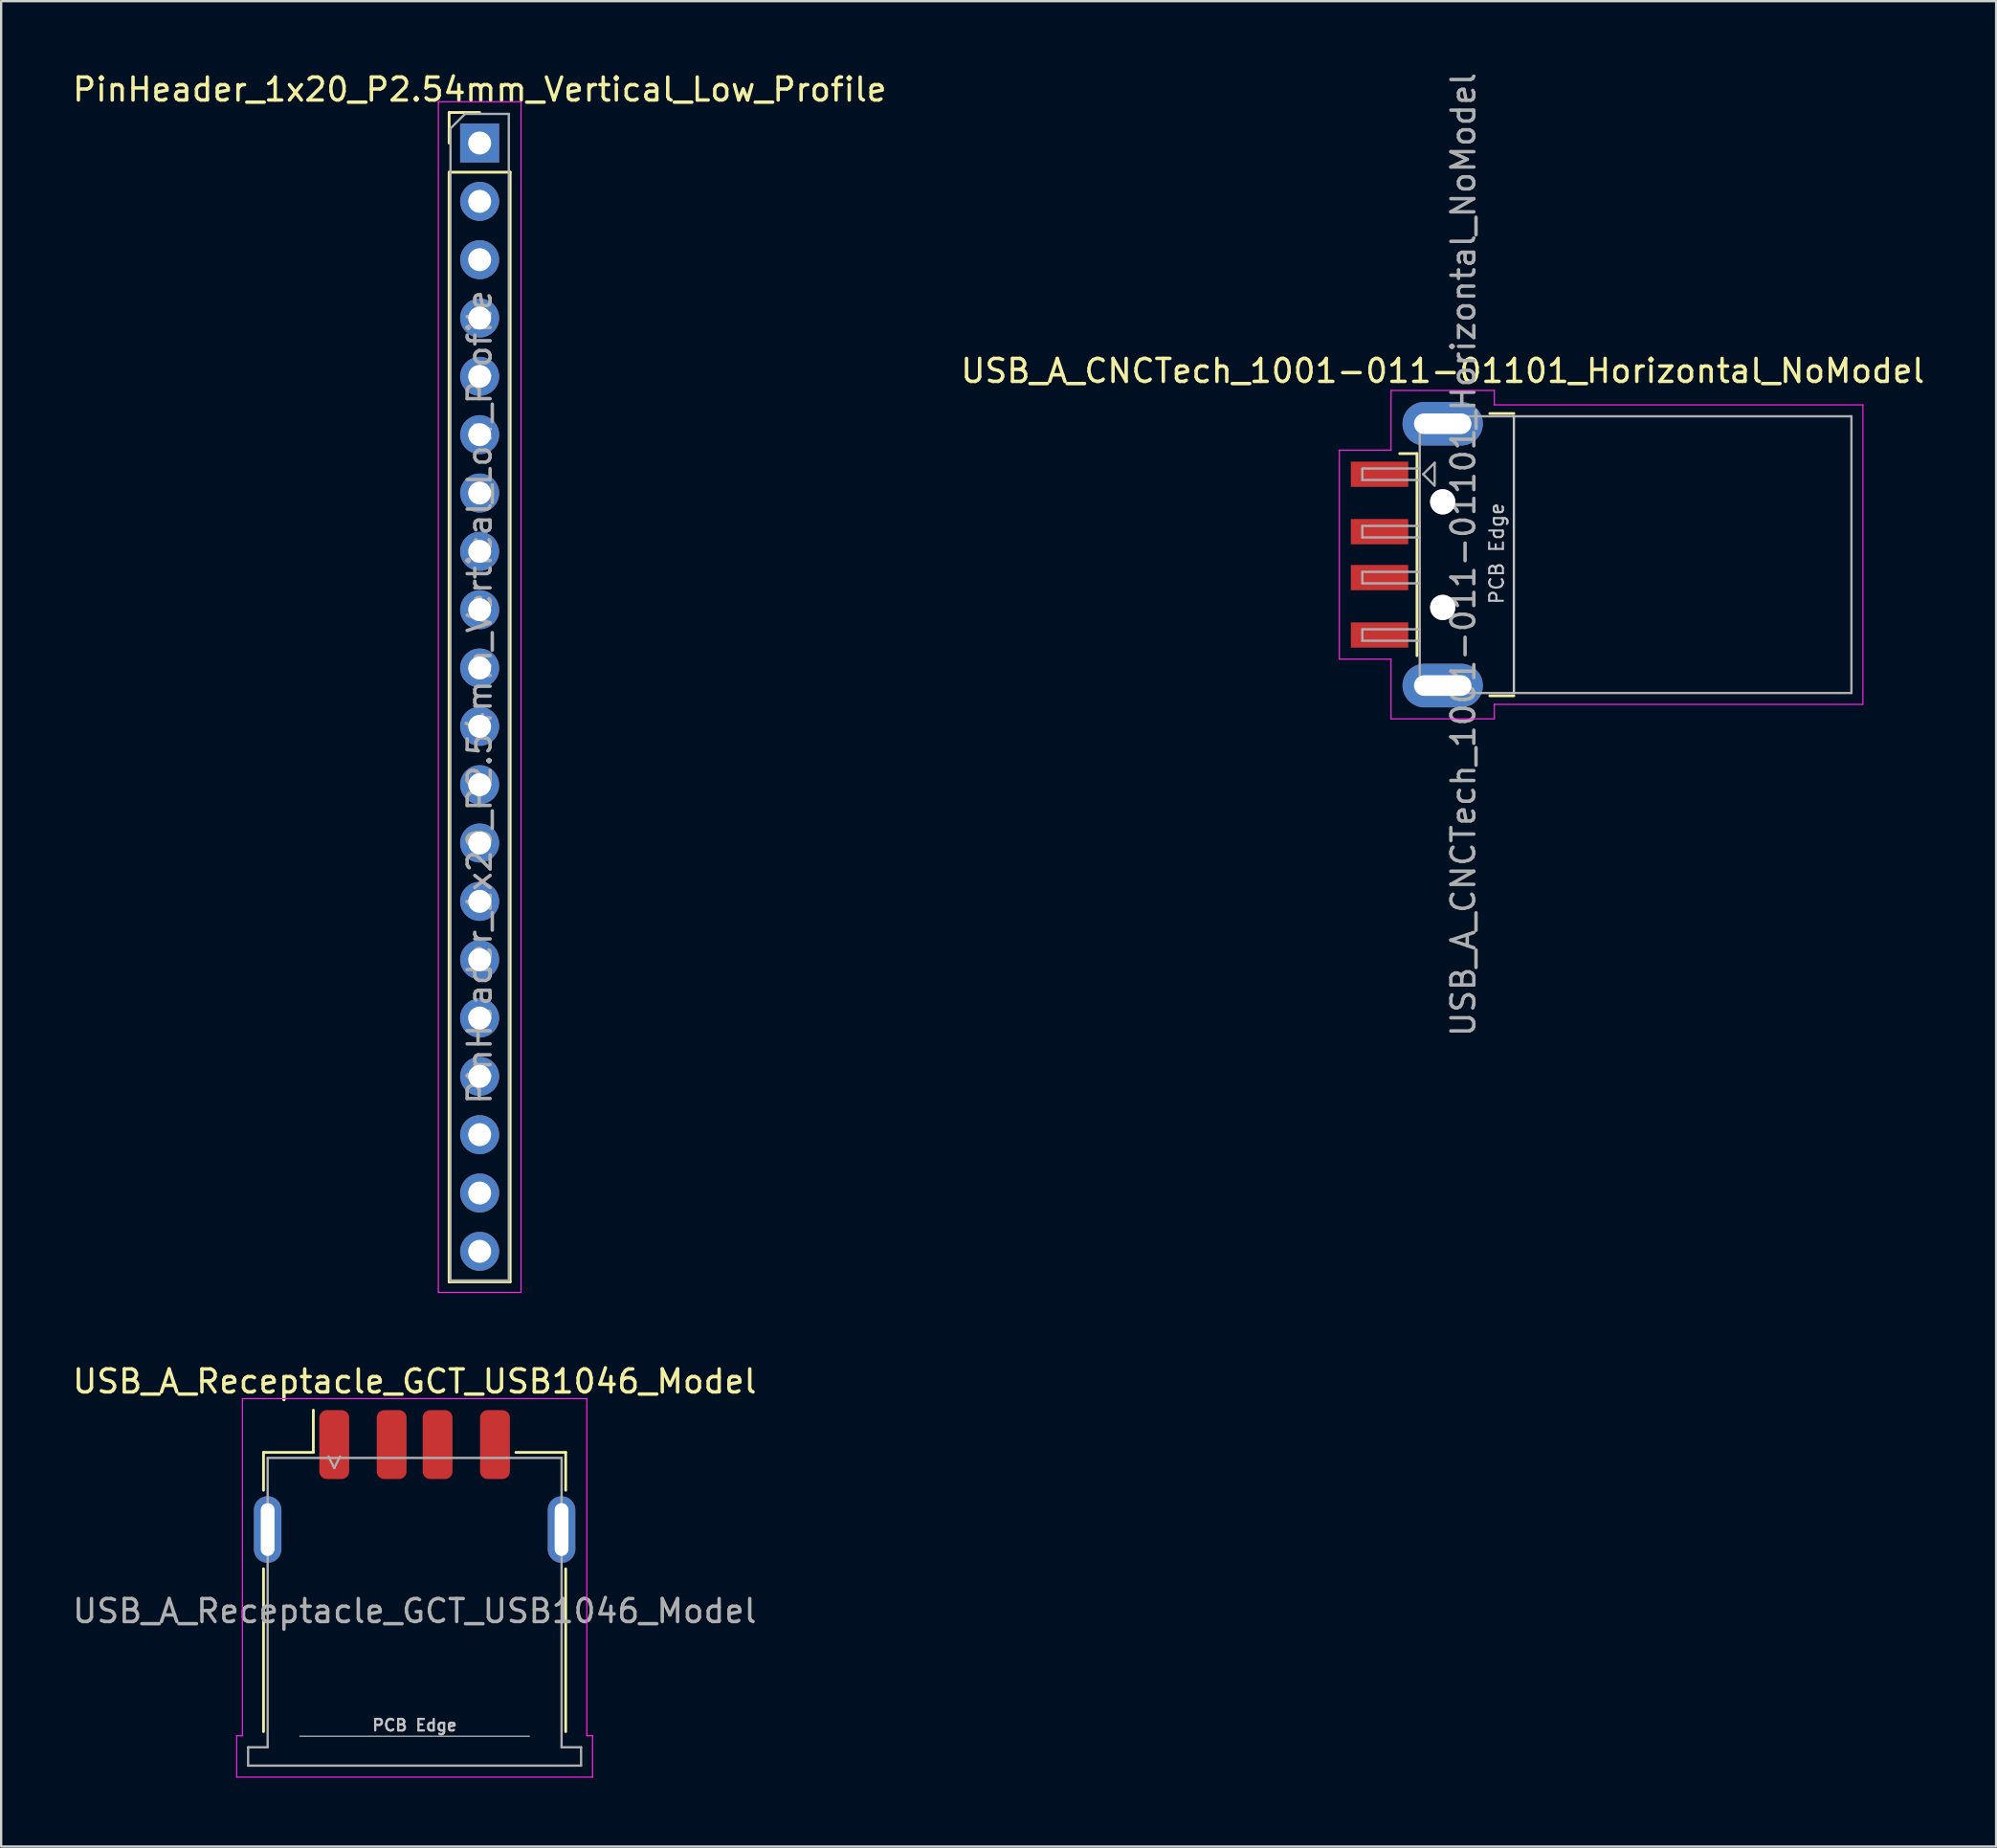
<source format=kicad_pcb>
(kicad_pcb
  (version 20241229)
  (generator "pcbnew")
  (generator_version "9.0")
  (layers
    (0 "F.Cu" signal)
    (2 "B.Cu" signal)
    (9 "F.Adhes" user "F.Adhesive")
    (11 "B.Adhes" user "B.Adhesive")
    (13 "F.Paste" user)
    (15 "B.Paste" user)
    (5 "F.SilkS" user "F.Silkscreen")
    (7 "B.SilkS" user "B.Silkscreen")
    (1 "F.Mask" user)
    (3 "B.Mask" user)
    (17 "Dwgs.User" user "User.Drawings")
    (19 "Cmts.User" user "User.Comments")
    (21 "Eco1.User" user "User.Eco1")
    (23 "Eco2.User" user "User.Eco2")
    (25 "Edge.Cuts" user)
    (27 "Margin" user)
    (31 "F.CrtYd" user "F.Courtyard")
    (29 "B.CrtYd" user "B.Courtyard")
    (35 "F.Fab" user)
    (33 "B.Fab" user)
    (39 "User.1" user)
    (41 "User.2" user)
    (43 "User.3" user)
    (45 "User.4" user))
  (footprint "PinHeader_1x20_P2.54mm_Vertical_Low_Profile"
    (layer "F.Cu")
    (at 17.839 3.178)
    (property "Reference" "PinHeader_1x20_P2.54mm_Vertical_Low_Profile" (at 0 -2.33 0) (layer "F.SilkS") (effects (font (size 1 1) (thickness 0.15))))
    (attr through_hole)
    (fp_line (start -1.33 -1.33) (end 0 -1.33) (stroke (width 0.12) (type solid)) (layer "F.SilkS"))
    (fp_line (start -1.33 0) (end -1.33 -1.33) (stroke (width 0.12) (type solid)) (layer "F.SilkS"))
    (fp_line (start -1.33 1.27) (end -1.33 49.59) (stroke (width 0.12) (type solid)) (layer "F.SilkS"))
    (fp_line (start -1.33 1.27) (end 1.33 1.27) (stroke (width 0.12) (type solid)) (layer "F.SilkS"))
    (fp_line (start -1.33 49.59) (end 1.33 49.59) (stroke (width 0.12) (type solid)) (layer "F.SilkS"))
    (fp_line (start 1.33 1.27) (end 1.33 49.59) (stroke (width 0.12) (type solid)) (layer "F.SilkS"))
    (fp_line (start -1.8 -1.8) (end -1.8 50.05) (stroke (width 0.05) (type solid)) (layer "F.CrtYd"))
    (fp_line (start -1.8 50.05) (end 1.8 50.05) (stroke (width 0.05) (type solid)) (layer "F.CrtYd"))
    (fp_line (start 1.8 -1.8) (end -1.8 -1.8) (stroke (width 0.05) (type solid)) (layer "F.CrtYd"))
    (fp_line (start 1.8 50.05) (end 1.8 -1.8) (stroke (width 0.05) (type solid)) (layer "F.CrtYd"))
    (fp_line (start -1.27 -0.635) (end -0.635 -1.27) (stroke (width 0.1) (type solid)) (layer "F.Fab"))
    (fp_line (start -1.27 49.53) (end -1.27 -0.635) (stroke (width 0.1) (type solid)) (layer "F.Fab"))
    (fp_line (start -0.635 -1.27) (end 1.27 -1.27) (stroke (width 0.1) (type solid)) (layer "F.Fab"))
    (fp_line (start 1.27 -1.27) (end 1.27 49.53) (stroke (width 0.1) (type solid)) (layer "F.Fab"))
    (fp_line (start 1.27 49.53) (end -1.27 49.53) (stroke (width 0.1) (type solid)) (layer "F.Fab"))
    (fp_text user "${REFERENCE}" (at 0 24.13 90) (layer "F.Fab") (effects (font (size 1 1) (thickness 0.15))))
    (pad "1" thru_hole rect (at 0 0) (size 1.7 1.7) (drill 1) (layers "*.Cu" "*.Mask"))
    (pad "2" thru_hole oval (at 0 2.54) (size 1.7 1.7) (drill 1) (layers "*.Cu" "*.Mask"))
    (pad "3" thru_hole oval (at 0 5.08) (size 1.7 1.7) (drill 1) (layers "*.Cu" "*.Mask"))
    (pad "4" thru_hole oval (at 0 7.62) (size 1.7 1.7) (drill 1) (layers "*.Cu" "*.Mask"))
    (pad "5" thru_hole oval (at 0 10.16) (size 1.7 1.7) (drill 1) (layers "*.Cu" "*.Mask"))
    (pad "6" thru_hole oval (at 0 12.7) (size 1.7 1.7) (drill 1) (layers "*.Cu" "*.Mask"))
    (pad "7" thru_hole oval (at 0 15.24) (size 1.7 1.7) (drill 1) (layers "*.Cu" "*.Mask"))
    (pad "8" thru_hole oval (at 0 17.78) (size 1.7 1.7) (drill 1) (layers "*.Cu" "*.Mask"))
    (pad "9" thru_hole oval (at 0 20.32) (size 1.7 1.7) (drill 1) (layers "*.Cu" "*.Mask"))
    (pad "10" thru_hole oval (at 0 22.86) (size 1.7 1.7) (drill 1) (layers "*.Cu" "*.Mask"))
    (pad "11" thru_hole oval (at 0 25.4) (size 1.7 1.7) (drill 1) (layers "*.Cu" "*.Mask"))
    (pad "12" thru_hole oval (at 0 27.94) (size 1.7 1.7) (drill 1) (layers "*.Cu" "*.Mask"))
    (pad "13" thru_hole oval (at 0 30.48) (size 1.7 1.7) (drill 1) (layers "*.Cu" "*.Mask"))
    (pad "14" thru_hole oval (at 0 33.02) (size 1.7 1.7) (drill 1) (layers "*.Cu" "*.Mask"))
    (pad "15" thru_hole oval (at 0 35.56) (size 1.7 1.7) (drill 1) (layers "*.Cu" "*.Mask"))
    (pad "16" thru_hole oval (at 0 38.1) (size 1.7 1.7) (drill 1) (layers "*.Cu" "*.Mask"))
    (pad "17" thru_hole oval (at 0 40.64) (size 1.7 1.7) (drill 1) (layers "*.Cu" "*.Mask"))
    (pad "18" thru_hole oval (at 0 43.18) (size 1.7 1.7) (drill 1) (layers "*.Cu" "*.Mask"))
    (pad "19" thru_hole oval (at 0 45.72) (size 1.7 1.7) (drill 1) (layers "*.Cu" "*.Mask"))
    (pad "20" thru_hole oval (at 0 48.26) (size 1.7 1.7) (drill 1) (layers "*.Cu" "*.Mask")))
  (footprint "USB_A_Receptacle_GCT_USB1046_Model"
    (layer "F.Cu")
    (at 15.006 67.102)
    (property "Reference" "USB_A_Receptacle_GCT_USB1046_Model" (at 0 -10 0) (layer "F.SilkS") (effects (font (size 1 1) (thickness 0.15))))
    (attr smd)
    (fp_line (start -6.58 -6.91) (end -6.58 -5.26) (stroke (width 0.12) (type default)) (layer "F.SilkS"))
    (fp_line (start -6.58 -1.84) (end -6.58 5.25) (stroke (width 0.12) (type default)) (layer "F.SilkS"))
    (fp_line (start -4.41 -6.91) (end -6.58 -6.91) (stroke (width 0.12) (type default)) (layer "F.SilkS"))
    (fp_line (start -4.41 -6.91) (end -4.41 -8.75) (stroke (width 0.12) (type default)) (layer "F.SilkS"))
    (fp_line (start 4.41 -6.91) (end 6.58 -6.91) (stroke (width 0.12) (type default)) (layer "F.SilkS"))
    (fp_line (start 6.58 -6.91) (end 6.58 -5.26) (stroke (width 0.12) (type default)) (layer "F.SilkS"))
    (fp_line (start 6.58 -1.84) (end 6.58 5.25) (stroke (width 0.12) (type default)) (layer "F.SilkS"))
    (fp_line (start -5 5.45) (end 5 5.45) (stroke (width 0.05) (type default)) (layer "Dwgs.User"))
    (fp_line (start -7.75 5.43) (end -7.75 7.23) (stroke (width 0.05) (type default)) (layer "F.CrtYd"))
    (fp_line (start -7.75 7.23) (end 7.75 7.23) (stroke (width 0.05) (type solid)) (layer "F.CrtYd"))
    (fp_line (start -7.5 -9.25) (end 7.5 -9.25) (stroke (width 0.05) (type solid)) (layer "F.CrtYd"))
    (fp_line (start -7.5 5.43) (end -7.75 5.43) (stroke (width 0.05) (type default)) (layer "F.CrtYd"))
    (fp_line (start -7.5 5.43) (end -7.5 -9.25) (stroke (width 0.05) (type solid)) (layer "F.CrtYd"))
    (fp_line (start 7.5 5.43) (end 7.5 -9.25) (stroke (width 0.05) (type solid)) (layer "F.CrtYd"))
    (fp_line (start 7.5 5.43) (end 7.75 5.43) (stroke (width 0.05) (type default)) (layer "F.CrtYd"))
    (fp_line (start 7.75 5.43) (end 7.75 7.23) (stroke (width 0.05) (type default)) (layer "F.CrtYd"))
    (fp_line (start -7.25 5.93) (end -7.25 6.73) (stroke (width 0.1) (type default)) (layer "F.Fab"))
    (fp_line (start -7.25 6.73) (end 7.25 6.73) (stroke (width 0.1) (type default)) (layer "F.Fab"))
    (fp_line (start -6.4 -6.67) (end -6.4 5.93) (stroke (width 0.1) (type default)) (layer "F.Fab"))
    (fp_line (start -6.4 5.93) (end -7.25 5.93) (stroke (width 0.1) (type default)) (layer "F.Fab"))
    (fp_line (start -3.75 -6.73) (end -3.5 -6.23) (stroke (width 0.1) (type default)) (layer "F.Fab"))
    (fp_line (start -3.5 -6.23) (end -3.25 -6.73) (stroke (width 0.1) (type default)) (layer "F.Fab"))
    (fp_line (start 6.4 -6.67) (end -6.4 -6.67) (stroke (width 0.1) (type default)) (layer "F.Fab"))
    (fp_line (start 6.4 5.93) (end 6.4 -6.67) (stroke (width 0.1) (type default)) (layer "F.Fab"))
    (fp_line (start 7.25 5.93) (end 6.4 5.93) (stroke (width 0.1) (type default)) (layer "F.Fab"))
    (fp_line (start 7.25 6.73) (end 7.25 5.93) (stroke (width 0.1) (type default)) (layer "F.Fab"))
    (fp_text user "PCB Edge" (at 0 4.97 0) (layer "Dwgs.User") (effects (font (size 0.5 0.5) (thickness 0.1))))
    (fp_text user "${REFERENCE}" (at 0 0 0) (unlocked yes) (layer "F.Fab") (effects (font (size 1 1) (thickness 0.15))))
    (pad "" smd oval (at -6.4 -3.55) (size 1.2 2.9) (layers "F.Paste"))
    (pad "" smd oval (at 6.4 -3.55) (size 1.2 2.9) (layers "F.Paste"))
    (pad "1" smd roundrect (at -3.5 -7.25) (size 1.3 3) (layers "F.Cu" "F.Mask" "F.Paste") (roundrect_rratio 0.25))
    (pad "2" smd roundrect (at -1 -7.25) (size 1.3 3) (layers "F.Cu" "F.Mask" "F.Paste") (roundrect_rratio 0.25))
    (pad "3" smd roundrect (at 1 -7.25) (size 1.3 3) (layers "F.Cu" "F.Mask" "F.Paste") (roundrect_rratio 0.25))
    (pad "4" smd roundrect (at 3.5 -7.25) (size 1.3 3) (layers "F.Cu" "F.Mask" "F.Paste") (roundrect_rratio 0.25))
    (pad "5" thru_hole oval (at -6.4 -3.55) (size 1.2 2.9) (drill oval 0.6 2.3) (layers "*.Cu" "*.Mask"))
    (pad "5" thru_hole oval (at 6.4 -3.55) (size 1.2 2.9) (drill oval 0.6 2.3) (layers "*.Cu" "*.Mask")))
  (footprint "USB_A_CNCTech_1001-011-01101_Horizontal_NoModel"
    (layer "F.Cu")
    (at 66.68 21.101)
    (property "Reference" "USB_A_CNCTech_1001-011-01101_Horizontal_NoModel" (at -6.9 -8 0) (layer "F.SilkS") (effects (font (size 1 1) (thickness 0.15))))
    (attr smd)
    (fp_line (start -8.02 -4.4) (end -8.775 -4.4) (stroke (width 0.12) (type solid)) (layer "F.SilkS"))
    (fp_line (start -8.02 -4.4) (end -8.02 4.4) (stroke (width 0.12) (type solid)) (layer "F.SilkS"))
    (fp_line (start -4.85 -6.145) (end -3.8 -6.145) (stroke (width 0.12) (type solid)) (layer "F.SilkS"))
    (fp_line (start -4.85 6.145) (end -3.8 6.145) (stroke (width 0.12) (type solid)) (layer "F.SilkS"))
    (fp_line (start -3.8 6.025) (end -3.8 -6.025) (stroke (width 0.1) (type solid)) (layer "Dwgs.User"))
    (fp_line (start -11.4 -4.55) (end -9.15 -4.55) (stroke (width 0.05) (type solid)) (layer "F.CrtYd"))
    (fp_line (start -11.4 4.55) (end -11.4 -4.55) (stroke (width 0.05) (type solid)) (layer "F.CrtYd"))
    (fp_line (start -11.4 4.55) (end -9.15 4.55) (stroke (width 0.05) (type solid)) (layer "F.CrtYd"))
    (fp_line (start -9.15 -7.15) (end -9.15 -4.55) (stroke (width 0.05) (type solid)) (layer "F.CrtYd"))
    (fp_line (start -9.15 -7.15) (end -4.65 -7.15) (stroke (width 0.05) (type solid)) (layer "F.CrtYd"))
    (fp_line (start -9.15 4.55) (end -9.15 7.15) (stroke (width 0.05) (type solid)) (layer "F.CrtYd"))
    (fp_line (start -9.15 7.15) (end -4.65 7.15) (stroke (width 0.05) (type solid)) (layer "F.CrtYd"))
    (fp_line (start -4.65 -6.52) (end -4.65 -7.15) (stroke (width 0.05) (type solid)) (layer "F.CrtYd"))
    (fp_line (start -4.65 -6.52) (end 11.4 -6.52) (stroke (width 0.05) (type solid)) (layer "F.CrtYd"))
    (fp_line (start -4.65 6.52) (end 11.4 6.52) (stroke (width 0.05) (type solid)) (layer "F.CrtYd"))
    (fp_line (start -4.65 7.15) (end -4.65 6.52) (stroke (width 0.05) (type solid)) (layer "F.CrtYd"))
    (fp_line (start 11.4 6.52) (end 11.4 -6.52) (stroke (width 0.05) (type solid)) (layer "F.CrtYd"))
    (fp_line (start -10.4 -3.75) (end -7.9 -3.75) (stroke (width 0.1) (type solid)) (layer "F.Fab"))
    (fp_line (start -10.4 -3.25) (end -10.4 -3.75) (stroke (width 0.1) (type solid)) (layer "F.Fab"))
    (fp_line (start -10.4 -3.25) (end -7.9 -3.25) (stroke (width 0.1) (type solid)) (layer "F.Fab"))
    (fp_line (start -10.4 -1.25) (end -7.9 -1.25) (stroke (width 0.1) (type solid)) (layer "F.Fab"))
    (fp_line (start -10.4 -0.75) (end -10.4 -1.25) (stroke (width 0.1) (type solid)) (layer "F.Fab"))
    (fp_line (start -10.4 -0.75) (end -7.9 -0.75) (stroke (width 0.1) (type solid)) (layer "F.Fab"))
    (fp_line (start -10.4 0.75) (end -7.9 0.75) (stroke (width 0.1) (type solid)) (layer "F.Fab"))
    (fp_line (start -10.4 1.25) (end -10.4 0.75) (stroke (width 0.1) (type solid)) (layer "F.Fab"))
    (fp_line (start -10.4 1.25) (end -7.9 1.25) (stroke (width 0.1) (type solid)) (layer "F.Fab"))
    (fp_line (start -10.4 3.25) (end -7.9 3.25) (stroke (width 0.1) (type solid)) (layer "F.Fab"))
    (fp_line (start -10.4 3.75) (end -10.4 3.25) (stroke (width 0.1) (type solid)) (layer "F.Fab"))
    (fp_line (start -10.4 3.75) (end -7.9 3.75) (stroke (width 0.1) (type solid)) (layer "F.Fab"))
    (fp_line (start -7.9 -6.025) (end 10.9 -6.025) (stroke (width 0.1) (type solid)) (layer "F.Fab"))
    (fp_line (start -7.9 6.025) (end -7.9 -6.025) (stroke (width 0.1) (type solid)) (layer "F.Fab"))
    (fp_line (start -7.9 6.025) (end 10.9 6.025) (stroke (width 0.1) (type solid)) (layer "F.Fab"))
    (fp_line (start -7.75 -3.5) (end -7.25 -4) (stroke (width 0.1) (type solid)) (layer "F.Fab"))
    (fp_line (start -7.75 -3.5) (end -7.25 -3) (stroke (width 0.1) (type solid)) (layer "F.Fab"))
    (fp_line (start -7.25 -4) (end -7.25 -3.05) (stroke (width 0.1) (type solid)) (layer "F.Fab"))
    (fp_line (start 10.9 6.025) (end 10.9 -6.025) (stroke (width 0.1) (type solid)) (layer "F.Fab"))
    (fp_circle (center -6.9 -2.3) (end -6.9 -2.8) (stroke (width 0.1) (type solid)) (fill no) (layer "F.Fab"))
    (fp_circle (center -6.9 2.3) (end -6.9 2.8) (stroke (width 0.1) (type solid)) (fill no) (layer "F.Fab"))
    (fp_text user "PCB Edge" (at -4.55 -0.05 90) (layer "Dwgs.User") (effects (font (size 0.6 0.6) (thickness 0.09))))
    (fp_text user "${REFERENCE}" (at -6 0 90) (layer "F.Fab") (effects (font (size 1 1) (thickness 0.15))))
    (pad "" np_thru_hole circle (at -6.9 -2.3) (size 1.1 1.1) (drill 1.1) (layers "*.Cu" "*.Mask"))
    (pad "" np_thru_hole circle (at -6.9 2.3) (size 1.1 1.1) (drill 1.1) (layers "*.Cu" "*.Mask"))
    (pad "1" smd rect (at -9.65 -3.5) (size 2.5 1.1) (layers "F.Cu" "F.Mask" "F.Paste"))
    (pad "2" smd rect (at -9.65 -1) (size 2.5 1.1) (layers "F.Cu" "F.Mask" "F.Paste"))
    (pad "3" smd rect (at -9.65 1) (size 2.5 1.1) (layers "F.Cu" "F.Mask" "F.Paste"))
    (pad "4" smd rect (at -9.65 3.5) (size 2.5 1.1) (layers "F.Cu" "F.Mask" "F.Paste"))
    (pad "5" thru_hole oval (at -6.9 -5.7) (size 3.5 1.9) (drill oval 2.5 0.9) (layers "*.Cu" "*.Mask"))
    (pad "5" thru_hole oval (at -6.9 5.7) (size 3.5 1.9) (drill oval 2.5 0.9) (layers "*.Cu" "*.Mask")))
  (gr_rect
    (start -3 -3)
    (end 83.881 77.356)
    (stroke (width 0.1) (type default))
    (fill no)
    (layer "Edge.Cuts")))
</source>
